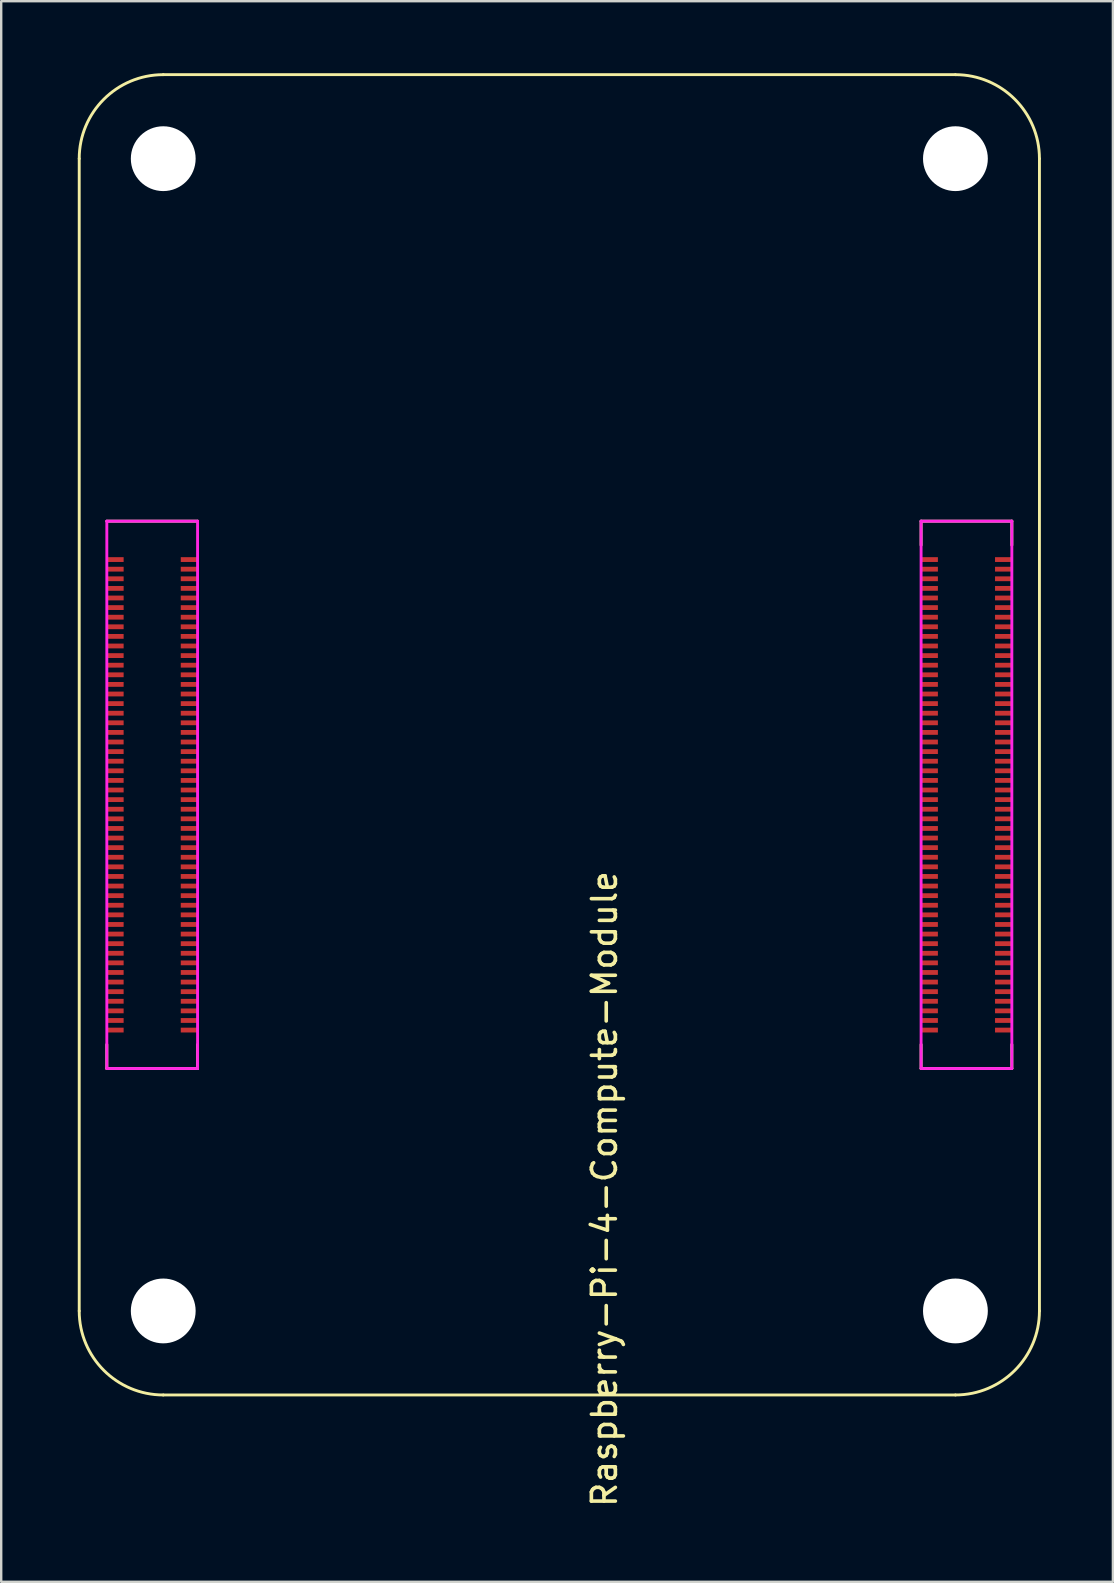
<source format=kicad_pcb>
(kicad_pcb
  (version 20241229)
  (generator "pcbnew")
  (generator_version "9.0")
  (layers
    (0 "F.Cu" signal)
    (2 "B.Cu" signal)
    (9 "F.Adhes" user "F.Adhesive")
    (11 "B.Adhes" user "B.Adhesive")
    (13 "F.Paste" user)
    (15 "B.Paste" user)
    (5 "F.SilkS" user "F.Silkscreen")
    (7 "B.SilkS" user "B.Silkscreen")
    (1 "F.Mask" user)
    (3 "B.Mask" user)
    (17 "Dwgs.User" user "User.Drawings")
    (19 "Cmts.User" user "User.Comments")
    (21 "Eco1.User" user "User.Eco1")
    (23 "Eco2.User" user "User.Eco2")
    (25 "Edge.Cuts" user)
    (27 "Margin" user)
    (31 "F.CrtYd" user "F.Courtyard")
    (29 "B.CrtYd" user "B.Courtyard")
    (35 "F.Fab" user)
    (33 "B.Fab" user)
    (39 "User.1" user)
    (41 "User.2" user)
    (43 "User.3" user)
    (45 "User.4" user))
  (footprint "Raspberry-Pi-4-Compute-Module"
    (layer "F.Cu")
    (at 0.25 55.035)
    (property "Reference" "Raspberry-Pi-4-Compute-Module" (at 21.88 -8.555 270) (layer "F.SilkS") (effects (font (size 1 1) (thickness 0.15))))
    (attr smd)
    (fp_line (start 0 -51.475) (end 0 -3.475) (stroke (width 0.12) (type solid)) (layer "F.SilkS"))
    (fp_line (start 1.15 -36.375) (end 4.93 -36.375) (stroke (width 0.12) (type solid)) (layer "F.SilkS"))
    (fp_line (start 1.15 -13.575) (end 1.15 -14.575) (stroke (width 0.12) (type solid)) (layer "F.SilkS"))
    (fp_line (start 1.15 -13.575) (end 4.93 -13.575) (stroke (width 0.12) (type solid)) (layer "F.SilkS"))
    (fp_line (start 3.5 0.025) (end 36.5 0.025) (stroke (width 0.12) (type solid)) (layer "F.SilkS"))
    (fp_line (start 4.93 -13.575) (end 4.93 -14.575) (stroke (width 0.12) (type solid)) (layer "F.SilkS"))
    (fp_line (start 35.07 -36.375) (end 35.07 -35.375) (stroke (width 0.12) (type solid)) (layer "F.SilkS"))
    (fp_line (start 35.07 -36.375) (end 38.85 -36.375) (stroke (width 0.12) (type solid)) (layer "F.SilkS"))
    (fp_line (start 35.07 -13.575) (end 35.07 -14.575) (stroke (width 0.12) (type solid)) (layer "F.SilkS"))
    (fp_line (start 35.07 -13.575) (end 38.85 -13.575) (stroke (width 0.12) (type solid)) (layer "F.SilkS"))
    (fp_line (start 36.5 -54.975) (end 3.5 -54.975) (stroke (width 0.12) (type solid)) (layer "F.SilkS"))
    (fp_line (start 38.85 -36.375) (end 38.85 -35.375) (stroke (width 0.12) (type solid)) (layer "F.SilkS"))
    (fp_line (start 38.85 -13.575) (end 38.85 -14.575) (stroke (width 0.12) (type solid)) (layer "F.SilkS"))
    (fp_line (start 40 -3.475) (end 40 -51.475) (stroke (width 0.12) (type solid)) (layer "F.SilkS"))
    (fp_arc (start 0 -51.474874) (mid 1.025126 -53.949748) (end 3.5 -54.974874) (stroke (width 0.12) (type solid)) (layer "F.SilkS"))
    (fp_arc (start 3.5 0.025126) (mid 1.025126 -1) (end 0 -3.474874) (stroke (width 0.12) (type solid)) (layer "F.SilkS"))
    (fp_arc (start 36.5 -54.974874) (mid 38.974874 -53.949748) (end 40 -51.474874) (stroke (width 0.12) (type solid)) (layer "F.SilkS"))
    (fp_arc (start 40 -3.474874) (mid 38.974874 -1) (end 36.5 0.025126) (stroke (width 0.12) (type solid)) (layer "F.SilkS"))
    (fp_line (start 1.15 -36.375) (end 4.93 -36.375) (stroke (width 0.12) (type solid)) (layer "F.CrtYd"))
    (fp_line (start 1.15 -13.575) (end 1.15 -36.375) (stroke (width 0.12) (type solid)) (layer "F.CrtYd"))
    (fp_line (start 4.93 -36.375) (end 4.93 -13.575) (stroke (width 0.12) (type solid)) (layer "F.CrtYd"))
    (fp_line (start 4.93 -13.575) (end 1.15 -13.575) (stroke (width 0.12) (type solid)) (layer "F.CrtYd"))
    (fp_line (start 35.07 -36.375) (end 38.85 -36.375) (stroke (width 0.12) (type solid)) (layer "F.CrtYd"))
    (fp_line (start 35.07 -13.575) (end 35.07 -36.375) (stroke (width 0.12) (type solid)) (layer "F.CrtYd"))
    (fp_line (start 38.85 -36.375) (end 38.85 -13.575) (stroke (width 0.12) (type solid)) (layer "F.CrtYd"))
    (fp_line (start 38.85 -13.575) (end 35.07 -13.575) (stroke (width 0.12) (type solid)) (layer "F.CrtYd"))
    (pad "" np_thru_hole circle (at 3.5 -51.475) (size 2.7 2.7) (drill 2.7) (layers "*.Cu" "*.Mask"))
    (pad "" np_thru_hole circle (at 3.5 -3.475) (size 2.7 2.7) (drill 2.7) (layers "*.Cu" "*.Mask"))
    (pad "" np_thru_hole circle (at 36.5 -51.475) (size 2.7 2.7) (drill 2.7) (layers "*.Cu" "*.Mask"))
    (pad "" np_thru_hole circle (at 36.5 -3.475) (size 2.7 2.7) (drill 2.7) (layers "*.Cu" "*.Mask"))
    (pad "1" smd rect (at 1.5 -34.775 270) (size 0.2 0.7) (layers "F.Cu" "F.Mask" "F.Paste"))
    (pad "2" smd rect (at 4.58 -34.775 270) (size 0.2 0.7) (layers "F.Cu" "F.Mask" "F.Paste"))
    (pad "3" smd rect (at 1.5 -34.375 270) (size 0.2 0.7) (layers "F.Cu" "F.Mask" "F.Paste"))
    (pad "4" smd rect (at 4.58 -34.375 270) (size 0.2 0.7) (layers "F.Cu" "F.Mask" "F.Paste"))
    (pad "5" smd rect (at 1.5 -33.975 270) (size 0.2 0.7) (layers "F.Cu" "F.Mask" "F.Paste"))
    (pad "6" smd rect (at 4.58 -33.975 270) (size 0.2 0.7) (layers "F.Cu" "F.Mask" "F.Paste"))
    (pad "7" smd rect (at 1.5 -33.575 270) (size 0.2 0.7) (layers "F.Cu" "F.Mask" "F.Paste"))
    (pad "8" smd rect (at 4.58 -33.575 270) (size 0.2 0.7) (layers "F.Cu" "F.Mask" "F.Paste"))
    (pad "9" smd rect (at 1.5 -33.175 270) (size 0.2 0.7) (layers "F.Cu" "F.Mask" "F.Paste"))
    (pad "10" smd rect (at 4.58 -33.175 270) (size 0.2 0.7) (layers "F.Cu" "F.Mask" "F.Paste"))
    (pad "11" smd rect (at 1.5 -32.775 270) (size 0.2 0.7) (layers "F.Cu" "F.Mask" "F.Paste"))
    (pad "12" smd rect (at 4.58 -32.775 270) (size 0.2 0.7) (layers "F.Cu" "F.Mask" "F.Paste"))
    (pad "13" smd rect (at 1.5 -32.375 270) (size 0.2 0.7) (layers "F.Cu" "F.Mask" "F.Paste"))
    (pad "14" smd rect (at 4.58 -32.375 270) (size 0.2 0.7) (layers "F.Cu" "F.Mask" "F.Paste"))
    (pad "15" smd rect (at 1.5 -31.975 270) (size 0.2 0.7) (layers "F.Cu" "F.Mask" "F.Paste"))
    (pad "16" smd rect (at 4.58 -31.975 270) (size 0.2 0.7) (layers "F.Cu" "F.Mask" "F.Paste"))
    (pad "17" smd rect (at 1.5 -31.575 270) (size 0.2 0.7) (layers "F.Cu" "F.Mask" "F.Paste"))
    (pad "18" smd rect (at 4.58 -31.575 270) (size 0.2 0.7) (layers "F.Cu" "F.Mask" "F.Paste"))
    (pad "19" smd rect (at 1.5 -31.175 270) (size 0.2 0.7) (layers "F.Cu" "F.Mask" "F.Paste"))
    (pad "20" smd rect (at 4.58 -31.175 270) (size 0.2 0.7) (layers "F.Cu" "F.Mask" "F.Paste"))
    (pad "21" smd rect (at 1.5 -30.775 270) (size 0.2 0.7) (layers "F.Cu" "F.Mask" "F.Paste"))
    (pad "22" smd rect (at 4.58 -30.775 270) (size 0.2 0.7) (layers "F.Cu" "F.Mask" "F.Paste"))
    (pad "23" smd rect (at 1.5 -30.375 270) (size 0.2 0.7) (layers "F.Cu" "F.Mask" "F.Paste"))
    (pad "24" smd rect (at 4.58 -30.375 270) (size 0.2 0.7) (layers "F.Cu" "F.Mask" "F.Paste"))
    (pad "25" smd rect (at 1.5 -29.975 270) (size 0.2 0.7) (layers "F.Cu" "F.Mask" "F.Paste"))
    (pad "26" smd rect (at 4.58 -29.975 270) (size 0.2 0.7) (layers "F.Cu" "F.Mask" "F.Paste"))
    (pad "27" smd rect (at 1.5 -29.575 270) (size 0.2 0.7) (layers "F.Cu" "F.Mask" "F.Paste"))
    (pad "28" smd rect (at 4.58 -29.575 270) (size 0.2 0.7) (layers "F.Cu" "F.Mask" "F.Paste"))
    (pad "29" smd rect (at 1.5 -29.175 270) (size 0.2 0.7) (layers "F.Cu" "F.Mask" "F.Paste"))
    (pad "30" smd rect (at 4.58 -29.175 270) (size 0.2 0.7) (layers "F.Cu" "F.Mask" "F.Paste"))
    (pad "31" smd rect (at 1.5 -28.775 270) (size 0.2 0.7) (layers "F.Cu" "F.Mask" "F.Paste"))
    (pad "32" smd rect (at 4.58 -28.775 270) (size 0.2 0.7) (layers "F.Cu" "F.Mask" "F.Paste"))
    (pad "33" smd rect (at 1.5 -28.375 270) (size 0.2 0.7) (layers "F.Cu" "F.Mask" "F.Paste"))
    (pad "34" smd rect (at 4.58 -28.375 270) (size 0.2 0.7) (layers "F.Cu" "F.Mask" "F.Paste"))
    (pad "35" smd rect (at 1.5 -27.975 270) (size 0.2 0.7) (layers "F.Cu" "F.Mask" "F.Paste"))
    (pad "36" smd rect (at 4.58 -27.975 270) (size 0.2 0.7) (layers "F.Cu" "F.Mask" "F.Paste"))
    (pad "37" smd rect (at 1.5 -27.575 270) (size 0.2 0.7) (layers "F.Cu" "F.Mask" "F.Paste"))
    (pad "38" smd rect (at 4.58 -27.575 270) (size 0.2 0.7) (layers "F.Cu" "F.Mask" "F.Paste"))
    (pad "39" smd rect (at 1.5 -27.175 270) (size 0.2 0.7) (layers "F.Cu" "F.Mask" "F.Paste"))
    (pad "40" smd rect (at 4.58 -27.175 270) (size 0.2 0.7) (layers "F.Cu" "F.Mask" "F.Paste"))
    (pad "41" smd rect (at 1.5 -26.775 270) (size 0.2 0.7) (layers "F.Cu" "F.Mask" "F.Paste"))
    (pad "42" smd rect (at 4.58 -26.775 270) (size 0.2 0.7) (layers "F.Cu" "F.Mask" "F.Paste"))
    (pad "43" smd rect (at 1.5 -26.375 270) (size 0.2 0.7) (layers "F.Cu" "F.Mask" "F.Paste"))
    (pad "44" smd rect (at 4.58 -26.375 270) (size 0.2 0.7) (layers "F.Cu" "F.Mask" "F.Paste"))
    (pad "45" smd rect (at 1.5 -25.975 270) (size 0.2 0.7) (layers "F.Cu" "F.Mask" "F.Paste"))
    (pad "46" smd rect (at 4.58 -25.975 270) (size 0.2 0.7) (layers "F.Cu" "F.Mask" "F.Paste"))
    (pad "47" smd rect (at 1.5 -25.575 270) (size 0.2 0.7) (layers "F.Cu" "F.Mask" "F.Paste"))
    (pad "48" smd rect (at 4.58 -25.575 270) (size 0.2 0.7) (layers "F.Cu" "F.Mask" "F.Paste"))
    (pad "49" smd rect (at 1.5 -25.175 270) (size 0.2 0.7) (layers "F.Cu" "F.Mask" "F.Paste"))
    (pad "50" smd rect (at 4.58 -25.175 270) (size 0.2 0.7) (layers "F.Cu" "F.Mask" "F.Paste"))
    (pad "51" smd rect (at 1.5 -24.775 270) (size 0.2 0.7) (layers "F.Cu" "F.Mask" "F.Paste"))
    (pad "52" smd rect (at 4.58 -24.775 270) (size 0.2 0.7) (layers "F.Cu" "F.Mask" "F.Paste"))
    (pad "53" smd rect (at 1.5 -24.375 270) (size 0.2 0.7) (layers "F.Cu" "F.Mask" "F.Paste"))
    (pad "54" smd rect (at 4.58 -24.375 270) (size 0.2 0.7) (layers "F.Cu" "F.Mask" "F.Paste"))
    (pad "55" smd rect (at 1.5 -23.975 270) (size 0.2 0.7) (layers "F.Cu" "F.Mask" "F.Paste"))
    (pad "56" smd rect (at 4.58 -23.975 270) (size 0.2 0.7) (layers "F.Cu" "F.Mask" "F.Paste"))
    (pad "57" smd rect (at 1.5 -23.575 270) (size 0.2 0.7) (layers "F.Cu" "F.Mask" "F.Paste"))
    (pad "58" smd rect (at 4.58 -23.575 270) (size 0.2 0.7) (layers "F.Cu" "F.Mask" "F.Paste"))
    (pad "59" smd rect (at 1.5 -23.175 270) (size 0.2 0.7) (layers "F.Cu" "F.Mask" "F.Paste"))
    (pad "60" smd rect (at 4.58 -23.175 270) (size 0.2 0.7) (layers "F.Cu" "F.Mask" "F.Paste"))
    (pad "61" smd rect (at 1.5 -22.775 270) (size 0.2 0.7) (layers "F.Cu" "F.Mask" "F.Paste"))
    (pad "62" smd rect (at 4.58 -22.775 270) (size 0.2 0.7) (layers "F.Cu" "F.Mask" "F.Paste"))
    (pad "63" smd rect (at 1.5 -22.375 270) (size 0.2 0.7) (layers "F.Cu" "F.Mask" "F.Paste"))
    (pad "64" smd rect (at 4.58 -22.375 270) (size 0.2 0.7) (layers "F.Cu" "F.Mask" "F.Paste"))
    (pad "65" smd rect (at 1.5 -21.975 270) (size 0.2 0.7) (layers "F.Cu" "F.Mask" "F.Paste"))
    (pad "66" smd rect (at 4.58 -21.975 270) (size 0.2 0.7) (layers "F.Cu" "F.Mask" "F.Paste"))
    (pad "67" smd rect (at 1.5 -21.575 270) (size 0.2 0.7) (layers "F.Cu" "F.Mask" "F.Paste"))
    (pad "68" smd rect (at 4.58 -21.575 270) (size 0.2 0.7) (layers "F.Cu" "F.Mask" "F.Paste"))
    (pad "69" smd rect (at 1.5 -21.175 270) (size 0.2 0.7) (layers "F.Cu" "F.Mask" "F.Paste"))
    (pad "70" smd rect (at 4.58 -21.175 270) (size 0.2 0.7) (layers "F.Cu" "F.Mask" "F.Paste"))
    (pad "71" smd rect (at 1.5 -20.775 270) (size 0.2 0.7) (layers "F.Cu" "F.Mask" "F.Paste"))
    (pad "72" smd rect (at 4.58 -20.775 270) (size 0.2 0.7) (layers "F.Cu" "F.Mask" "F.Paste"))
    (pad "73" smd rect (at 1.5 -20.375 270) (size 0.2 0.7) (layers "F.Cu" "F.Mask" "F.Paste"))
    (pad "74" smd rect (at 4.58 -20.375 270) (size 0.2 0.7) (layers "F.Cu" "F.Mask" "F.Paste"))
    (pad "75" smd rect (at 1.5 -19.975 270) (size 0.2 0.7) (layers "F.Cu" "F.Mask" "F.Paste"))
    (pad "76" smd rect (at 4.58 -19.975 270) (size 0.2 0.7) (layers "F.Cu" "F.Mask" "F.Paste"))
    (pad "77" smd rect (at 1.5 -19.575 270) (size 0.2 0.7) (layers "F.Cu" "F.Mask" "F.Paste"))
    (pad "78" smd rect (at 4.58 -19.575 270) (size 0.2 0.7) (layers "F.Cu" "F.Mask" "F.Paste"))
    (pad "79" smd rect (at 1.5 -19.175 270) (size 0.2 0.7) (layers "F.Cu" "F.Mask" "F.Paste"))
    (pad "80" smd rect (at 4.58 -19.175 270) (size 0.2 0.7) (layers "F.Cu" "F.Mask" "F.Paste"))
    (pad "81" smd rect (at 1.5 -18.775 270) (size 0.2 0.7) (layers "F.Cu" "F.Mask" "F.Paste"))
    (pad "82" smd rect (at 4.58 -18.775 270) (size 0.2 0.7) (layers "F.Cu" "F.Mask" "F.Paste"))
    (pad "83" smd rect (at 1.5 -18.375 270) (size 0.2 0.7) (layers "F.Cu" "F.Mask" "F.Paste"))
    (pad "84" smd rect (at 4.58 -18.375 270) (size 0.2 0.7) (layers "F.Cu" "F.Mask" "F.Paste"))
    (pad "85" smd rect (at 1.5 -17.975 270) (size 0.2 0.7) (layers "F.Cu" "F.Mask" "F.Paste"))
    (pad "86" smd rect (at 4.58 -17.975 270) (size 0.2 0.7) (layers "F.Cu" "F.Mask" "F.Paste"))
    (pad "87" smd rect (at 1.5 -17.575 270) (size 0.2 0.7) (layers "F.Cu" "F.Mask" "F.Paste"))
    (pad "88" smd rect (at 4.58 -17.575 270) (size 0.2 0.7) (layers "F.Cu" "F.Mask" "F.Paste"))
    (pad "89" smd rect (at 1.5 -17.175 270) (size 0.2 0.7) (layers "F.Cu" "F.Mask" "F.Paste"))
    (pad "90" smd rect (at 4.58 -17.175 270) (size 0.2 0.7) (layers "F.Cu" "F.Mask" "F.Paste"))
    (pad "91" smd rect (at 1.5 -16.775 270) (size 0.2 0.7) (layers "F.Cu" "F.Mask" "F.Paste"))
    (pad "92" smd rect (at 4.58 -16.775 270) (size 0.2 0.7) (layers "F.Cu" "F.Mask" "F.Paste"))
    (pad "93" smd rect (at 1.5 -16.375 270) (size 0.2 0.7) (layers "F.Cu" "F.Mask" "F.Paste"))
    (pad "94" smd rect (at 4.58 -16.375 270) (size 0.2 0.7) (layers "F.Cu" "F.Mask" "F.Paste"))
    (pad "95" smd rect (at 1.5 -15.975 270) (size 0.2 0.7) (layers "F.Cu" "F.Mask" "F.Paste"))
    (pad "96" smd rect (at 4.58 -15.975 270) (size 0.2 0.7) (layers "F.Cu" "F.Mask" "F.Paste"))
    (pad "97" smd rect (at 1.5 -15.575 270) (size 0.2 0.7) (layers "F.Cu" "F.Mask" "F.Paste"))
    (pad "98" smd rect (at 4.58 -15.575 270) (size 0.2 0.7) (layers "F.Cu" "F.Mask" "F.Paste"))
    (pad "99" smd rect (at 1.5 -15.175 270) (size 0.2 0.7) (layers "F.Cu" "F.Mask" "F.Paste"))
    (pad "100" smd rect (at 4.58 -15.175 270) (size 0.2 0.7) (layers "F.Cu" "F.Mask" "F.Paste"))
    (pad "101" smd rect (at 35.42 -34.775 270) (size 0.2 0.7) (layers "F.Cu" "F.Mask" "F.Paste"))
    (pad "102" smd rect (at 38.5 -34.775 270) (size 0.2 0.7) (layers "F.Cu" "F.Mask" "F.Paste"))
    (pad "103" smd rect (at 35.42 -34.375 270) (size 0.2 0.7) (layers "F.Cu" "F.Mask" "F.Paste"))
    (pad "104" smd rect (at 38.5 -34.375 270) (size 0.2 0.7) (layers "F.Cu" "F.Mask" "F.Paste"))
    (pad "105" smd rect (at 35.42 -33.975 270) (size 0.2 0.7) (layers "F.Cu" "F.Mask" "F.Paste"))
    (pad "106" smd rect (at 38.5 -33.975 270) (size 0.2 0.7) (layers "F.Cu" "F.Mask" "F.Paste"))
    (pad "107" smd rect (at 35.42 -33.575 270) (size 0.2 0.7) (layers "F.Cu" "F.Mask" "F.Paste"))
    (pad "108" smd rect (at 38.5 -33.575 270) (size 0.2 0.7) (layers "F.Cu" "F.Mask" "F.Paste"))
    (pad "109" smd rect (at 35.42 -33.175 270) (size 0.2 0.7) (layers "F.Cu" "F.Mask" "F.Paste"))
    (pad "110" smd rect (at 38.5 -33.175 270) (size 0.2 0.7) (layers "F.Cu" "F.Mask" "F.Paste"))
    (pad "111" smd rect (at 35.42 -32.775 270) (size 0.2 0.7) (layers "F.Cu" "F.Mask" "F.Paste"))
    (pad "112" smd rect (at 38.5 -32.775 270) (size 0.2 0.7) (layers "F.Cu" "F.Mask" "F.Paste"))
    (pad "113" smd rect (at 35.42 -32.375 270) (size 0.2 0.7) (layers "F.Cu" "F.Mask" "F.Paste"))
    (pad "114" smd rect (at 38.5 -32.375 270) (size 0.2 0.7) (layers "F.Cu" "F.Mask" "F.Paste"))
    (pad "115" smd rect (at 35.42 -31.975 270) (size 0.2 0.7) (layers "F.Cu" "F.Mask" "F.Paste"))
    (pad "116" smd rect (at 38.5 -31.975 270) (size 0.2 0.7) (layers "F.Cu" "F.Mask" "F.Paste"))
    (pad "117" smd rect (at 35.42 -31.575 270) (size 0.2 0.7) (layers "F.Cu" "F.Mask" "F.Paste"))
    (pad "118" smd rect (at 38.5 -31.575 270) (size 0.2 0.7) (layers "F.Cu" "F.Mask" "F.Paste"))
    (pad "119" smd rect (at 35.42 -31.175 270) (size 0.2 0.7) (layers "F.Cu" "F.Mask" "F.Paste"))
    (pad "120" smd rect (at 38.5 -31.175 270) (size 0.2 0.7) (layers "F.Cu" "F.Mask" "F.Paste"))
    (pad "121" smd rect (at 35.42 -30.775 270) (size 0.2 0.7) (layers "F.Cu" "F.Mask" "F.Paste"))
    (pad "122" smd rect (at 38.5 -30.775 270) (size 0.2 0.7) (layers "F.Cu" "F.Mask" "F.Paste"))
    (pad "123" smd rect (at 35.42 -30.375 270) (size 0.2 0.7) (layers "F.Cu" "F.Mask" "F.Paste"))
    (pad "124" smd rect (at 38.5 -30.375 270) (size 0.2 0.7) (layers "F.Cu" "F.Mask" "F.Paste"))
    (pad "125" smd rect (at 35.42 -29.975 270) (size 0.2 0.7) (layers "F.Cu" "F.Mask" "F.Paste"))
    (pad "126" smd rect (at 38.5 -29.975 270) (size 0.2 0.7) (layers "F.Cu" "F.Mask" "F.Paste"))
    (pad "127" smd rect (at 35.42 -29.575 270) (size 0.2 0.7) (layers "F.Cu" "F.Mask" "F.Paste"))
    (pad "128" smd rect (at 38.5 -29.575 270) (size 0.2 0.7) (layers "F.Cu" "F.Mask" "F.Paste"))
    (pad "129" smd rect (at 35.42 -29.175 270) (size 0.2 0.7) (layers "F.Cu" "F.Mask" "F.Paste"))
    (pad "130" smd rect (at 38.5 -29.175 270) (size 0.2 0.7) (layers "F.Cu" "F.Mask" "F.Paste"))
    (pad "131" smd rect (at 35.42 -28.775 270) (size 0.2 0.7) (layers "F.Cu" "F.Mask" "F.Paste"))
    (pad "132" smd rect (at 38.5 -28.775 270) (size 0.2 0.7) (layers "F.Cu" "F.Mask" "F.Paste"))
    (pad "133" smd rect (at 35.42 -28.375 270) (size 0.2 0.7) (layers "F.Cu" "F.Mask" "F.Paste"))
    (pad "134" smd rect (at 38.5 -28.375 270) (size 0.2 0.7) (layers "F.Cu" "F.Mask" "F.Paste"))
    (pad "135" smd rect (at 35.42 -27.975 270) (size 0.2 0.7) (layers "F.Cu" "F.Mask" "F.Paste"))
    (pad "136" smd rect (at 38.5 -27.975 270) (size 0.2 0.7) (layers "F.Cu" "F.Mask" "F.Paste"))
    (pad "137" smd rect (at 35.42 -27.575 270) (size 0.2 0.7) (layers "F.Cu" "F.Mask" "F.Paste"))
    (pad "138" smd rect (at 38.5 -27.575 270) (size 0.2 0.7) (layers "F.Cu" "F.Mask" "F.Paste"))
    (pad "139" smd rect (at 35.42 -27.175 270) (size 0.2 0.7) (layers "F.Cu" "F.Mask" "F.Paste"))
    (pad "140" smd rect (at 38.5 -27.175 270) (size 0.2 0.7) (layers "F.Cu" "F.Mask" "F.Paste"))
    (pad "141" smd rect (at 35.42 -26.775 270) (size 0.2 0.7) (layers "F.Cu" "F.Mask" "F.Paste"))
    (pad "142" smd rect (at 38.5 -26.775 270) (size 0.2 0.7) (layers "F.Cu" "F.Mask" "F.Paste"))
    (pad "143" smd rect (at 35.42 -26.375 270) (size 0.2 0.7) (layers "F.Cu" "F.Mask" "F.Paste"))
    (pad "144" smd rect (at 38.5 -26.375 270) (size 0.2 0.7) (layers "F.Cu" "F.Mask" "F.Paste"))
    (pad "145" smd rect (at 35.42 -25.975 270) (size 0.2 0.7) (layers "F.Cu" "F.Mask" "F.Paste"))
    (pad "146" smd rect (at 38.5 -25.975 270) (size 0.2 0.7) (layers "F.Cu" "F.Mask" "F.Paste"))
    (pad "147" smd rect (at 35.42 -25.575 270) (size 0.2 0.7) (layers "F.Cu" "F.Mask" "F.Paste"))
    (pad "148" smd rect (at 38.5 -25.575 270) (size 0.2 0.7) (layers "F.Cu" "F.Mask" "F.Paste"))
    (pad "149" smd rect (at 35.42 -25.175 270) (size 0.2 0.7) (layers "F.Cu" "F.Mask" "F.Paste"))
    (pad "150" smd rect (at 38.5 -25.175 270) (size 0.2 0.7) (layers "F.Cu" "F.Mask" "F.Paste"))
    (pad "151" smd rect (at 35.42 -24.775 270) (size 0.2 0.7) (layers "F.Cu" "F.Mask" "F.Paste"))
    (pad "152" smd rect (at 38.5 -24.775 270) (size 0.2 0.7) (layers "F.Cu" "F.Mask" "F.Paste"))
    (pad "153" smd rect (at 35.42 -24.375 270) (size 0.2 0.7) (layers "F.Cu" "F.Mask" "F.Paste"))
    (pad "154" smd rect (at 38.5 -24.375 270) (size 0.2 0.7) (layers "F.Cu" "F.Mask" "F.Paste"))
    (pad "155" smd rect (at 35.42 -23.975 270) (size 0.2 0.7) (layers "F.Cu" "F.Mask" "F.Paste"))
    (pad "156" smd rect (at 38.5 -23.975 270) (size 0.2 0.7) (layers "F.Cu" "F.Mask" "F.Paste"))
    (pad "157" smd rect (at 35.42 -23.575 270) (size 0.2 0.7) (layers "F.Cu" "F.Mask" "F.Paste"))
    (pad "158" smd rect (at 38.5 -23.575 270) (size 0.2 0.7) (layers "F.Cu" "F.Mask" "F.Paste"))
    (pad "159" smd rect (at 35.42 -23.175 270) (size 0.2 0.7) (layers "F.Cu" "F.Mask" "F.Paste"))
    (pad "160" smd rect (at 38.5 -23.175 270) (size 0.2 0.7) (layers "F.Cu" "F.Mask" "F.Paste"))
    (pad "161" smd rect (at 35.42 -22.775 270) (size 0.2 0.7) (layers "F.Cu" "F.Mask" "F.Paste"))
    (pad "162" smd rect (at 38.5 -22.775 270) (size 0.2 0.7) (layers "F.Cu" "F.Mask" "F.Paste"))
    (pad "163" smd rect (at 35.42 -22.375 270) (size 0.2 0.7) (layers "F.Cu" "F.Mask" "F.Paste"))
    (pad "164" smd rect (at 38.5 -22.375 270) (size 0.2 0.7) (layers "F.Cu" "F.Mask" "F.Paste"))
    (pad "165" smd rect (at 35.42 -21.975 270) (size 0.2 0.7) (layers "F.Cu" "F.Mask" "F.Paste"))
    (pad "166" smd rect (at 38.5 -21.975 270) (size 0.2 0.7) (layers "F.Cu" "F.Mask" "F.Paste"))
    (pad "167" smd rect (at 35.42 -21.575 270) (size 0.2 0.7) (layers "F.Cu" "F.Mask" "F.Paste"))
    (pad "168" smd rect (at 38.5 -21.575 270) (size 0.2 0.7) (layers "F.Cu" "F.Mask" "F.Paste"))
    (pad "169" smd rect (at 35.42 -21.175 270) (size 0.2 0.7) (layers "F.Cu" "F.Mask" "F.Paste"))
    (pad "170" smd rect (at 38.5 -21.175 270) (size 0.2 0.7) (layers "F.Cu" "F.Mask" "F.Paste"))
    (pad "171" smd rect (at 35.42 -20.775 270) (size 0.2 0.7) (layers "F.Cu" "F.Mask" "F.Paste"))
    (pad "172" smd rect (at 38.5 -20.775 270) (size 0.2 0.7) (layers "F.Cu" "F.Mask" "F.Paste"))
    (pad "173" smd rect (at 35.42 -20.375 270) (size 0.2 0.7) (layers "F.Cu" "F.Mask" "F.Paste"))
    (pad "174" smd rect (at 38.5 -20.375 270) (size 0.2 0.7) (layers "F.Cu" "F.Mask" "F.Paste"))
    (pad "175" smd rect (at 35.42 -19.975 270) (size 0.2 0.7) (layers "F.Cu" "F.Mask" "F.Paste"))
    (pad "176" smd rect (at 38.5 -19.975 270) (size 0.2 0.7) (layers "F.Cu" "F.Mask" "F.Paste"))
    (pad "177" smd rect (at 35.42 -19.575 270) (size 0.2 0.7) (layers "F.Cu" "F.Mask" "F.Paste"))
    (pad "178" smd rect (at 38.5 -19.575 270) (size 0.2 0.7) (layers "F.Cu" "F.Mask" "F.Paste"))
    (pad "179" smd rect (at 35.42 -19.175 270) (size 0.2 0.7) (layers "F.Cu" "F.Mask" "F.Paste"))
    (pad "180" smd rect (at 38.5 -19.175 270) (size 0.2 0.7) (layers "F.Cu" "F.Mask" "F.Paste"))
    (pad "181" smd rect (at 35.42 -18.775 270) (size 0.2 0.7) (layers "F.Cu" "F.Mask" "F.Paste"))
    (pad "182" smd rect (at 38.5 -18.775 270) (size 0.2 0.7) (layers "F.Cu" "F.Mask" "F.Paste"))
    (pad "183" smd rect (at 35.42 -18.375 270) (size 0.2 0.7) (layers "F.Cu" "F.Mask" "F.Paste"))
    (pad "184" smd rect (at 38.5 -18.375 270) (size 0.2 0.7) (layers "F.Cu" "F.Mask" "F.Paste"))
    (pad "185" smd rect (at 35.42 -17.975 270) (size 0.2 0.7) (layers "F.Cu" "F.Mask" "F.Paste"))
    (pad "186" smd rect (at 38.5 -17.975 270) (size 0.2 0.7) (layers "F.Cu" "F.Mask" "F.Paste"))
    (pad "187" smd rect (at 35.42 -17.575 270) (size 0.2 0.7) (layers "F.Cu" "F.Mask" "F.Paste"))
    (pad "188" smd rect (at 38.5 -17.575 270) (size 0.2 0.7) (layers "F.Cu" "F.Mask" "F.Paste"))
    (pad "189" smd rect (at 35.42 -17.175 270) (size 0.2 0.7) (layers "F.Cu" "F.Mask" "F.Paste"))
    (pad "190" smd rect (at 38.5 -17.175 270) (size 0.2 0.7) (layers "F.Cu" "F.Mask" "F.Paste"))
    (pad "191" smd rect (at 35.42 -16.775 270) (size 0.2 0.7) (layers "F.Cu" "F.Mask" "F.Paste"))
    (pad "192" smd rect (at 38.5 -16.775 270) (size 0.2 0.7) (layers "F.Cu" "F.Mask" "F.Paste"))
    (pad "193" smd rect (at 35.42 -16.375 270) (size 0.2 0.7) (layers "F.Cu" "F.Mask" "F.Paste"))
    (pad "194" smd rect (at 38.5 -16.375 270) (size 0.2 0.7) (layers "F.Cu" "F.Mask" "F.Paste"))
    (pad "195" smd rect (at 35.42 -15.975 270) (size 0.2 0.7) (layers "F.Cu" "F.Mask" "F.Paste"))
    (pad "196" smd rect (at 38.5 -15.975 270) (size 0.2 0.7) (layers "F.Cu" "F.Mask" "F.Paste"))
    (pad "197" smd rect (at 35.42 -15.575 270) (size 0.2 0.7) (layers "F.Cu" "F.Mask" "F.Paste"))
    (pad "198" smd rect (at 38.5 -15.575 270) (size 0.2 0.7) (layers "F.Cu" "F.Mask" "F.Paste"))
    (pad "199" smd rect (at 35.42 -15.175 270) (size 0.2 0.7) (layers "F.Cu" "F.Mask" "F.Paste"))
    (pad "200" smd rect (at 38.5 -15.175 270) (size 0.2 0.7) (layers "F.Cu" "F.Mask" "F.Paste")))
  (gr_rect
    (start -3 -3)
    (end 43.31 62.843)
    (stroke (width 0.1) (type default))
    (fill no)
    (layer "Edge.Cuts")))
</source>
